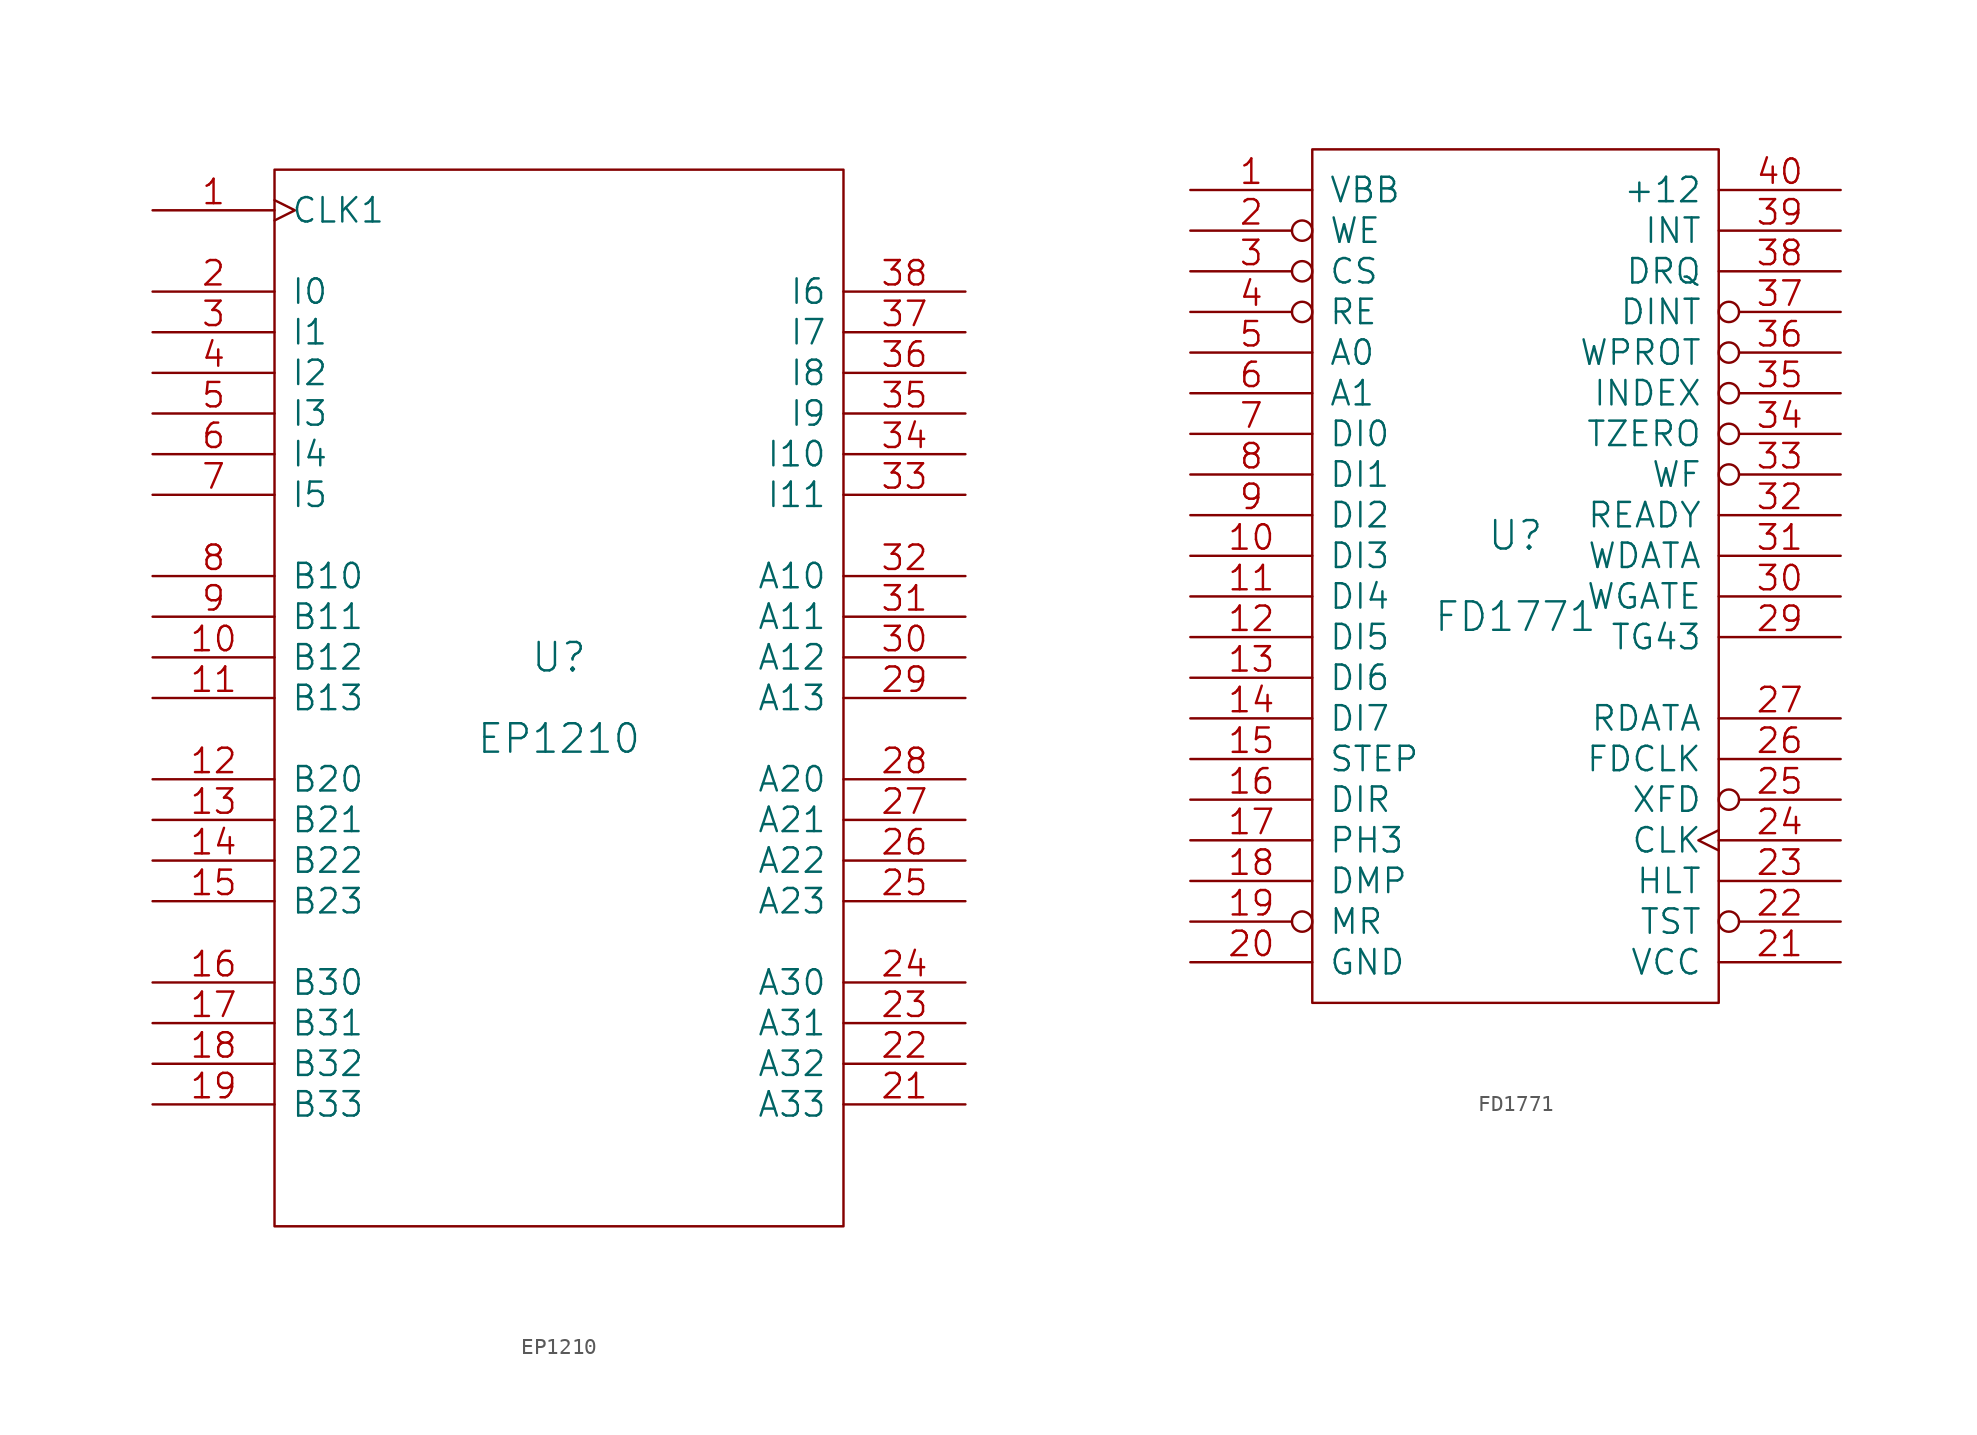
<source format=kicad_sym>
(kicad_symbol_lib
  (version 20211014)
  (generator kicad_symbol_editor)
  (symbol "EP1210"
    (pin_names
      (offset 1.016))
    (property "Reference" "U"
      (at 0 2.54 0)
      (effects (font (size 1.778 1.778))))
    (property "Value" "EP1210"
      (at 0 -2.54 0)
      (effects (font (size 1.778 1.778))))
    (property "Footprint" ""
      (at 0 0 0)
      (effects (font (size 1.524 1.524))))
    (property "Datasheet" ""
      (at 0 0 0)
      (effects (font (size 1.524 1.524))))
    (symbol "EP1210_0_1"
      (rectangle (start -17.78 -33.02) (end 17.78 33.02) (stroke (width 0) (type default) (color 0 0 0 0)) (fill (type none))))
    (symbol "EP1210_1_1"
      (pin input clock (at -25.4 30.48 0) (length 7.62) (name "CLK1" (effects (font (size 1.524 1.524)))) (number "1" (effects (font (size 1.524 1.524)))))
      (pin input line (at -25.4 2.54 0) (length 7.62) (name "B12" (effects (font (size 1.524 1.524)))) (number "10" (effects (font (size 1.524 1.524)))))
      (pin input line (at -25.4 0 0) (length 7.62) (name "B13" (effects (font (size 1.524 1.524)))) (number "11" (effects (font (size 1.524 1.524)))))
      (pin input line (at -25.4 -5.08 0) (length 7.62) (name "B20" (effects (font (size 1.524 1.524)))) (number "12" (effects (font (size 1.524 1.524)))))
      (pin input line (at -25.4 -7.62 0) (length 7.62) (name "B21" (effects (font (size 1.524 1.524)))) (number "13" (effects (font (size 1.524 1.524)))))
      (pin input line (at -25.4 -10.16 0) (length 7.62) (name "B22" (effects (font (size 1.524 1.524)))) (number "14" (effects (font (size 1.524 1.524)))))
      (pin input line (at -25.4 -12.7 0) (length 7.62) (name "B23" (effects (font (size 1.524 1.524)))) (number "15" (effects (font (size 1.524 1.524)))))
      (pin input line (at -25.4 -17.78 0) (length 7.62) (name "B30" (effects (font (size 1.524 1.524)))) (number "16" (effects (font (size 1.524 1.524)))))
      (pin input line (at -25.4 -20.32 0) (length 7.62) (name "B31" (effects (font (size 1.524 1.524)))) (number "17" (effects (font (size 1.524 1.524)))))
      (pin input line (at -25.4 -22.86 0) (length 7.62) (name "B32" (effects (font (size 1.524 1.524)))) (number "18" (effects (font (size 1.524 1.524)))))
      (pin input line (at -25.4 -25.4 0) (length 7.62) (name "B33" (effects (font (size 1.524 1.524)))) (number "19" (effects (font (size 1.524 1.524)))))
      (pin input line (at -25.4 25.4 0) (length 7.62) (name "I0" (effects (font (size 1.524 1.524)))) (number "2" (effects (font (size 1.524 1.524)))))
      (pin power_in line (at -17.78 -30.48 90) (length 0) hide (name "GND" (effects (font (size 1.524 1.524)))) (number "20" (effects (font (size 1.524 1.524)))))
      (pin input line (at 25.4 -25.4 180) (length 7.62) (name "A33" (effects (font (size 1.524 1.524)))) (number "21" (effects (font (size 1.524 1.524)))))
      (pin input line (at 25.4 -22.86 180) (length 7.62) (name "A32" (effects (font (size 1.524 1.524)))) (number "22" (effects (font (size 1.524 1.524)))))
      (pin input line (at 25.4 -20.32 180) (length 7.62) (name "A31" (effects (font (size 1.524 1.524)))) (number "23" (effects (font (size 1.524 1.524)))))
      (pin input line (at 25.4 -17.78 180) (length 7.62) (name "A30" (effects (font (size 1.524 1.524)))) (number "24" (effects (font (size 1.524 1.524)))))
      (pin input line (at 25.4 -12.7 180) (length 7.62) (name "A23" (effects (font (size 1.524 1.524)))) (number "25" (effects (font (size 1.524 1.524)))))
      (pin input line (at 25.4 -10.16 180) (length 7.62) (name "A22" (effects (font (size 1.524 1.524)))) (number "26" (effects (font (size 1.524 1.524)))))
      (pin input line (at 25.4 -7.62 180) (length 7.62) (name "A21" (effects (font (size 1.524 1.524)))) (number "27" (effects (font (size 1.524 1.524)))))
      (pin input line (at 25.4 -5.08 180) (length 7.62) (name "A20" (effects (font (size 1.524 1.524)))) (number "28" (effects (font (size 1.524 1.524)))))
      (pin input line (at 25.4 0 180) (length 7.62) (name "A13" (effects (font (size 1.524 1.524)))) (number "29" (effects (font (size 1.524 1.524)))))
      (pin input line (at -25.4 22.86 0) (length 7.62) (name "I1" (effects (font (size 1.524 1.524)))) (number "3" (effects (font (size 1.524 1.524)))))
      (pin input line (at 25.4 2.54 180) (length 7.62) (name "A12" (effects (font (size 1.524 1.524)))) (number "30" (effects (font (size 1.524 1.524)))))
      (pin input line (at 25.4 5.08 180) (length 7.62) (name "A11" (effects (font (size 1.524 1.524)))) (number "31" (effects (font (size 1.524 1.524)))))
      (pin input line (at 25.4 7.62 180) (length 7.62) (name "A10" (effects (font (size 1.524 1.524)))) (number "32" (effects (font (size 1.524 1.524)))))
      (pin input line (at 25.4 12.7 180) (length 7.62) (name "I11" (effects (font (size 1.524 1.524)))) (number "33" (effects (font (size 1.524 1.524)))))
      (pin input line (at 25.4 15.24 180) (length 7.62) (name "I10" (effects (font (size 1.524 1.524)))) (number "34" (effects (font (size 1.524 1.524)))))
      (pin input line (at 25.4 17.78 180) (length 7.62) (name "I9" (effects (font (size 1.524 1.524)))) (number "35" (effects (font (size 1.524 1.524)))))
      (pin input line (at 25.4 20.32 180) (length 7.62) (name "I8" (effects (font (size 1.524 1.524)))) (number "36" (effects (font (size 1.524 1.524)))))
      (pin input line (at 25.4 22.86 180) (length 7.62) (name "I7" (effects (font (size 1.524 1.524)))) (number "37" (effects (font (size 1.524 1.524)))))
      (pin input line (at 25.4 25.4 180) (length 7.62) (name "I6" (effects (font (size 1.524 1.524)))) (number "38" (effects (font (size 1.524 1.524)))))
      (pin power_in line (at 17.78 27.94 90) (length 0) hide (name "VCC" (effects (font (size 1.524 1.524)))) (number "39" (effects (font (size 1.524 1.524)))))
      (pin input line (at -25.4 20.32 0) (length 7.62) (name "I2" (effects (font (size 1.524 1.524)))) (number "4" (effects (font (size 1.524 1.524)))))
      (pin power_in line (at 17.78 30.48 90) (length 0) hide (name "VCC" (effects (font (size 1.524 1.524)))) (number "40" (effects (font (size 1.524 1.524)))))
      (pin input line (at -25.4 17.78 0) (length 7.62) (name "I3" (effects (font (size 1.524 1.524)))) (number "5" (effects (font (size 1.524 1.524)))))
      (pin input line (at -25.4 15.24 0) (length 7.62) (name "I4" (effects (font (size 1.524 1.524)))) (number "6" (effects (font (size 1.524 1.524)))))
      (pin input line (at -25.4 12.7 0) (length 7.62) (name "I5" (effects (font (size 1.524 1.524)))) (number "7" (effects (font (size 1.524 1.524)))))
      (pin input line (at -25.4 7.62 0) (length 7.62) (name "B10" (effects (font (size 1.524 1.524)))) (number "8" (effects (font (size 1.524 1.524)))))
      (pin input line (at -25.4 5.08 0) (length 7.62) (name "B11" (effects (font (size 1.524 1.524)))) (number "9" (effects (font (size 1.524 1.524)))))))
  (symbol "FD1771"
    (pin_names
      (offset 1.016))
    (property "Reference" "U"
      (at 0 2.54 0)
      (effects (font (size 1.778 1.778))))
    (property "Value" "FD1771"
      (at 0 -2.54 0)
      (effects (font (size 1.778 1.778))))
    (property "Footprint" ""
      (at 0 0 0)
      (effects (font (size 1.524 1.524))))
    (property "Datasheet" ""
      (at 0 0 0)
      (effects (font (size 1.524 1.524))))
    (symbol "FD1771_0_1"
      (rectangle (start -12.7 -26.67) (end 12.7 26.67) (stroke (width 0) (type default) (color 0 0 0 0)) (fill (type none))))
    (symbol "FD1771_1_1"
      (pin input line (at -20.32 24.13 0) (length 7.62) (name "VBB" (effects (font (size 1.524 1.524)))) (number "1" (effects (font (size 1.524 1.524)))))
      (pin tri_state line (at -20.32 1.27 0) (length 7.62) (name "DI3" (effects (font (size 1.524 1.524)))) (number "10" (effects (font (size 1.524 1.524)))))
      (pin tri_state line (at -20.32 -1.27 0) (length 7.62) (name "DI4" (effects (font (size 1.524 1.524)))) (number "11" (effects (font (size 1.524 1.524)))))
      (pin tri_state line (at -20.32 -3.81 0) (length 7.62) (name "DI5" (effects (font (size 1.524 1.524)))) (number "12" (effects (font (size 1.524 1.524)))))
      (pin tri_state line (at -20.32 -6.35 0) (length 7.62) (name "DI6" (effects (font (size 1.524 1.524)))) (number "13" (effects (font (size 1.524 1.524)))))
      (pin tri_state line (at -20.32 -8.89 0) (length 7.62) (name "DI7" (effects (font (size 1.524 1.524)))) (number "14" (effects (font (size 1.524 1.524)))))
      (pin output line (at -20.32 -11.43 0) (length 7.62) (name "STEP" (effects (font (size 1.524 1.524)))) (number "15" (effects (font (size 1.524 1.524)))))
      (pin output line (at -20.32 -13.97 0) (length 7.62) (name "DIR" (effects (font (size 1.524 1.524)))) (number "16" (effects (font (size 1.524 1.524)))))
      (pin output line (at -20.32 -16.51 0) (length 7.62) (name "PH3" (effects (font (size 1.524 1.524)))) (number "17" (effects (font (size 1.524 1.524)))))
      (pin input line (at -20.32 -19.05 0) (length 7.62) (name "DMP" (effects (font (size 1.524 1.524)))) (number "18" (effects (font (size 1.524 1.524)))))
      (pin input inverted (at -20.32 -21.59 0) (length 7.62) (name "MR" (effects (font (size 1.524 1.524)))) (number "19" (effects (font (size 1.524 1.524)))))
      (pin input inverted (at -20.32 21.59 0) (length 7.62) (name "WE" (effects (font (size 1.524 1.524)))) (number "2" (effects (font (size 1.524 1.524)))))
      (pin input line (at -20.32 -24.13 0) (length 7.62) (name "GND" (effects (font (size 1.524 1.524)))) (number "20" (effects (font (size 1.524 1.524)))))
      (pin input line (at 20.32 -24.13 180) (length 7.62) (name "VCC" (effects (font (size 1.524 1.524)))) (number "21" (effects (font (size 1.524 1.524)))))
      (pin input inverted (at 20.32 -21.59 180) (length 7.62) (name "TST" (effects (font (size 1.524 1.524)))) (number "22" (effects (font (size 1.524 1.524)))))
      (pin input line (at 20.32 -19.05 180) (length 7.62) (name "HLT" (effects (font (size 1.524 1.524)))) (number "23" (effects (font (size 1.524 1.524)))))
      (pin input clock (at 20.32 -16.51 180) (length 7.62) (name "CLK" (effects (font (size 1.524 1.524)))) (number "24" (effects (font (size 1.524 1.524)))))
      (pin input inverted (at 20.32 -13.97 180) (length 7.62) (name "XFD" (effects (font (size 1.524 1.524)))) (number "25" (effects (font (size 1.524 1.524)))))
      (pin input line (at 20.32 -11.43 180) (length 7.62) (name "FDCLK" (effects (font (size 1.524 1.524)))) (number "26" (effects (font (size 1.524 1.524)))))
      (pin input line (at 20.32 -8.89 180) (length 7.62) (name "RDATA" (effects (font (size 1.524 1.524)))) (number "27" (effects (font (size 1.524 1.524)))))
      (pin output line (at 20.32 -3.81 180) (length 7.62) (name "TG43" (effects (font (size 1.524 1.524)))) (number "29" (effects (font (size 1.524 1.524)))))
      (pin input inverted (at -20.32 19.05 0) (length 7.62) (name "CS" (effects (font (size 1.524 1.524)))) (number "3" (effects (font (size 1.524 1.524)))))
      (pin output line (at 20.32 -1.27 180) (length 7.62) (name "WGATE" (effects (font (size 1.524 1.524)))) (number "30" (effects (font (size 1.524 1.524)))))
      (pin output line (at 20.32 1.27 180) (length 7.62) (name "WDATA" (effects (font (size 1.524 1.524)))) (number "31" (effects (font (size 1.524 1.524)))))
      (pin input line (at 20.32 3.81 180) (length 7.62) (name "READY" (effects (font (size 1.524 1.524)))) (number "32" (effects (font (size 1.524 1.524)))))
      (pin input inverted (at 20.32 6.35 180) (length 7.62) (name "WF" (effects (font (size 1.524 1.524)))) (number "33" (effects (font (size 1.524 1.524)))))
      (pin input inverted (at 20.32 8.89 180) (length 7.62) (name "TZERO" (effects (font (size 1.524 1.524)))) (number "34" (effects (font (size 1.524 1.524)))))
      (pin input inverted (at 20.32 11.43 180) (length 7.62) (name "INDEX" (effects (font (size 1.524 1.524)))) (number "35" (effects (font (size 1.524 1.524)))))
      (pin input inverted (at 20.32 13.97 180) (length 7.62) (name "WPROT" (effects (font (size 1.524 1.524)))) (number "36" (effects (font (size 1.524 1.524)))))
      (pin input inverted (at 20.32 16.51 180) (length 7.62) (name "DINT" (effects (font (size 1.524 1.524)))) (number "37" (effects (font (size 1.524 1.524)))))
      (pin output line (at 20.32 19.05 180) (length 7.62) (name "DRQ" (effects (font (size 1.524 1.524)))) (number "38" (effects (font (size 1.524 1.524)))))
      (pin input line (at 20.32 21.59 180) (length 7.62) (name "INT" (effects (font (size 1.524 1.524)))) (number "39" (effects (font (size 1.524 1.524)))))
      (pin input inverted (at -20.32 16.51 0) (length 7.62) (name "RE" (effects (font (size 1.524 1.524)))) (number "4" (effects (font (size 1.524 1.524)))))
      (pin input line (at 20.32 24.13 180) (length 7.62) (name "+12" (effects (font (size 1.524 1.524)))) (number "40" (effects (font (size 1.524 1.524)))))
      (pin input line (at -20.32 13.97 0) (length 7.62) (name "A0" (effects (font (size 1.524 1.524)))) (number "5" (effects (font (size 1.524 1.524)))))
      (pin input line (at -20.32 11.43 0) (length 7.62) (name "A1" (effects (font (size 1.524 1.524)))) (number "6" (effects (font (size 1.524 1.524)))))
      (pin tri_state line (at -20.32 8.89 0) (length 7.62) (name "DI0" (effects (font (size 1.524 1.524)))) (number "7" (effects (font (size 1.524 1.524)))))
      (pin tri_state line (at -20.32 6.35 0) (length 7.62) (name "DI1" (effects (font (size 1.524 1.524)))) (number "8" (effects (font (size 1.524 1.524)))))
      (pin tri_state line (at -20.32 3.81 0) (length 7.62) (name "DI2" (effects (font (size 1.524 1.524)))) (number "9" (effects (font (size 1.524 1.524))))))))
</source>
